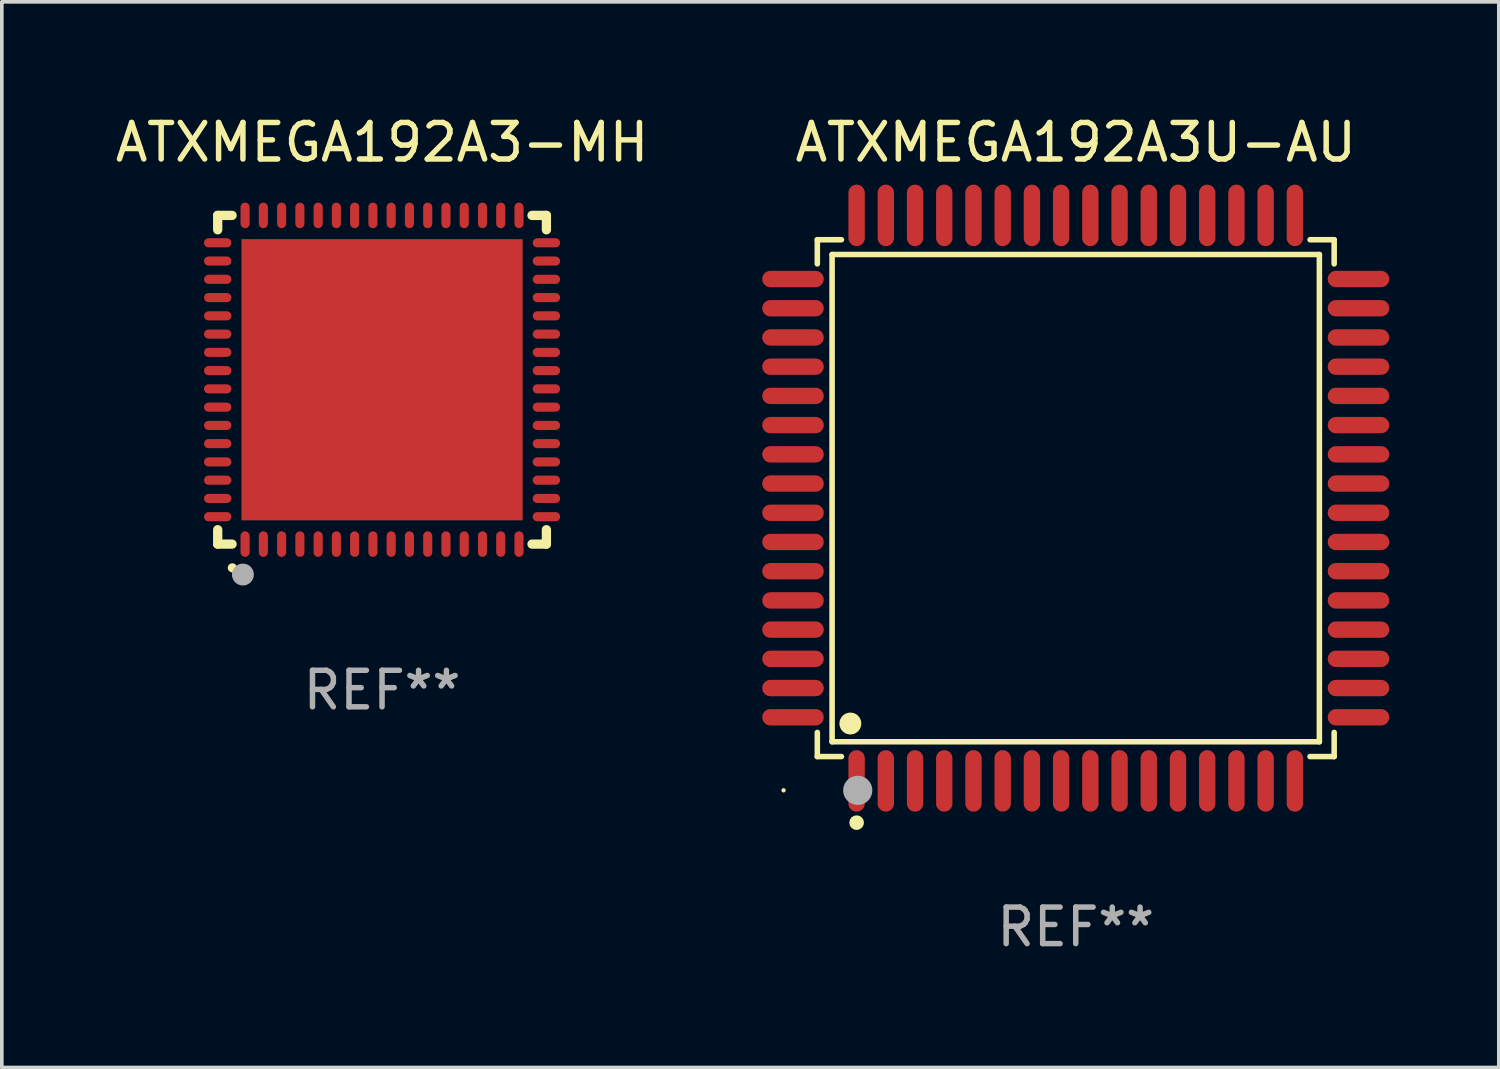
<source format=kicad_pcb>
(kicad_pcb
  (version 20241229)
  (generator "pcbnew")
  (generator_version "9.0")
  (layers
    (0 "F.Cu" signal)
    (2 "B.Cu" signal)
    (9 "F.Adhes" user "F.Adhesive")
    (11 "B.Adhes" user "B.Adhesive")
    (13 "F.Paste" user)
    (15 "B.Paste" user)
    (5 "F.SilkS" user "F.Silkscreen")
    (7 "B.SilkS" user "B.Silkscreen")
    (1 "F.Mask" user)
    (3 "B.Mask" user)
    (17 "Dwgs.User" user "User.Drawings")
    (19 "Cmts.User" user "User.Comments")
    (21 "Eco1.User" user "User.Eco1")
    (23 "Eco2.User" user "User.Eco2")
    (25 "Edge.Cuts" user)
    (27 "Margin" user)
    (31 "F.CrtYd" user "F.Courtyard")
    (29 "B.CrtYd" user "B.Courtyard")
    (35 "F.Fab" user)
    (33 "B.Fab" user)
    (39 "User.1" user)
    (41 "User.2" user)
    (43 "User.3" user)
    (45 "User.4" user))
  (footprint "ATXMEGA192A3-MH"
    (layer "F.Cu")
    (at 7.411 7.348)
    (property "Reference" "ATXMEGA192A3-MH" (at 0 -6.5 0) (layer "F.SilkS") (effects (font (size 1 1) (thickness 0.15))))
    (attr through_hole)
    (fp_line (start -4.5 -4.5) (end -4.106 -4.5) (stroke (width 0.254) (type solid)) (layer "F.SilkS"))
    (fp_line (start -4.5 -4.106) (end -4.5 -4.5) (stroke (width 0.254) (type solid)) (layer "F.SilkS"))
    (fp_line (start -4.5 4.5) (end -4.5 4.106) (stroke (width 0.254) (type solid)) (layer "F.SilkS"))
    (fp_line (start -4.106 4.5) (end -4.5 4.5) (stroke (width 0.254) (type solid)) (layer "F.SilkS"))
    (fp_line (start 4.106 -4.5) (end 4.5 -4.5) (stroke (width 0.254) (type solid)) (layer "F.SilkS"))
    (fp_line (start 4.5 -4.5) (end 4.5 -4.106) (stroke (width 0.254) (type solid)) (layer "F.SilkS"))
    (fp_line (start 4.5 4.106) (end 4.5 4.5) (stroke (width 0.254) (type solid)) (layer "F.SilkS"))
    (fp_line (start 4.5 4.5) (end 4.106 4.5) (stroke (width 0.254) (type solid)) (layer "F.SilkS"))
    (fp_arc (start -4.099987 5.149898) (mid -4.098717 5.149892) (end -4.097447 5.149898) (stroke (width 0.24892) (type solid)) (layer "F.SilkS"))
    (fp_circle (center -4.5 4.5) (end -4.47 4.5) (stroke (width 0.06) (type solid)) (fill no) (layer "F.SilkS"))
    (fp_circle (center -3.81 5.334) (end -3.66 5.334) (stroke (width 0.3) (type solid)) (fill no) (layer "F.Fab"))
    (fp_text user "REF**" (at 0 8.5 0) (layer "F.Fab") (effects (font (size 1 1) (thickness 0.15))))
    (pad "1" smd oval (at -3.75 4.5) (size 0.25 0.7) (layers "F.Cu" "F.Mask" "F.Paste"))
    (pad "2" smd oval (at -3.25 4.5) (size 0.25 0.7) (layers "F.Cu" "F.Mask" "F.Paste"))
    (pad "3" smd oval (at -2.75 4.5) (size 0.25 0.7) (layers "F.Cu" "F.Mask" "F.Paste"))
    (pad "4" smd oval (at -2.25 4.5) (size 0.25 0.7) (layers "F.Cu" "F.Mask" "F.Paste"))
    (pad "5" smd oval (at -1.75 4.5) (size 0.25 0.7) (layers "F.Cu" "F.Mask" "F.Paste"))
    (pad "6" smd oval (at -1.25 4.5) (size 0.25 0.7) (layers "F.Cu" "F.Mask" "F.Paste"))
    (pad "7" smd oval (at -0.75 4.5) (size 0.25 0.7) (layers "F.Cu" "F.Mask" "F.Paste"))
    (pad "8" smd oval (at -0.25 4.5) (size 0.25 0.7) (layers "F.Cu" "F.Mask" "F.Paste"))
    (pad "9" smd oval (at 0.25 4.5) (size 0.25 0.7) (layers "F.Cu" "F.Mask" "F.Paste"))
    (pad "10" smd oval (at 0.75 4.5) (size 0.25 0.7) (layers "F.Cu" "F.Mask" "F.Paste"))
    (pad "11" smd oval (at 1.25 4.5) (size 0.25 0.7) (layers "F.Cu" "F.Mask" "F.Paste"))
    (pad "12" smd oval (at 1.75 4.5) (size 0.25 0.7) (layers "F.Cu" "F.Mask" "F.Paste"))
    (pad "13" smd oval (at 2.25 4.5) (size 0.25 0.7) (layers "F.Cu" "F.Mask" "F.Paste"))
    (pad "14" smd oval (at 2.75 4.5) (size 0.25 0.7) (layers "F.Cu" "F.Mask" "F.Paste"))
    (pad "15" smd oval (at 3.25 4.5) (size 0.25 0.7) (layers "F.Cu" "F.Mask" "F.Paste"))
    (pad "16" smd oval (at 3.75 4.5) (size 0.25 0.7) (layers "F.Cu" "F.Mask" "F.Paste"))
    (pad "17" smd oval (at 4.5 3.75) (size 0.75 0.25) (layers "F.Cu" "F.Mask" "F.Paste"))
    (pad "18" smd oval (at 4.5 3.25) (size 0.75 0.25) (layers "F.Cu" "F.Mask" "F.Paste"))
    (pad "19" smd oval (at 4.5 2.75) (size 0.75 0.25) (layers "F.Cu" "F.Mask" "F.Paste"))
    (pad "20" smd oval (at 4.5 2.25) (size 0.75 0.25) (layers "F.Cu" "F.Mask" "F.Paste"))
    (pad "21" smd oval (at 4.5 1.75) (size 0.75 0.25) (layers "F.Cu" "F.Mask" "F.Paste"))
    (pad "22" smd oval (at 4.5 1.25) (size 0.75 0.25) (layers "F.Cu" "F.Mask" "F.Paste"))
    (pad "23" smd oval (at 4.5 0.75) (size 0.75 0.25) (layers "F.Cu" "F.Mask" "F.Paste"))
    (pad "24" smd oval (at 4.5 0.25) (size 0.75 0.25) (layers "F.Cu" "F.Mask" "F.Paste"))
    (pad "25" smd oval (at 4.5 -0.25) (size 0.75 0.25) (layers "F.Cu" "F.Mask" "F.Paste"))
    (pad "26" smd oval (at 4.5 -0.75) (size 0.75 0.25) (layers "F.Cu" "F.Mask" "F.Paste"))
    (pad "27" smd oval (at 4.5 -1.25) (size 0.75 0.25) (layers "F.Cu" "F.Mask" "F.Paste"))
    (pad "28" smd oval (at 4.5 -1.75) (size 0.75 0.25) (layers "F.Cu" "F.Mask" "F.Paste"))
    (pad "29" smd oval (at 4.5 -2.25) (size 0.75 0.25) (layers "F.Cu" "F.Mask" "F.Paste"))
    (pad "30" smd oval (at 4.5 -2.75) (size 0.75 0.25) (layers "F.Cu" "F.Mask" "F.Paste"))
    (pad "31" smd oval (at 4.5 -3.25) (size 0.75 0.25) (layers "F.Cu" "F.Mask" "F.Paste"))
    (pad "32" smd oval (at 4.5 -3.75) (size 0.75 0.25) (layers "F.Cu" "F.Mask" "F.Paste"))
    (pad "33" smd oval (at 3.75 -4.5) (size 0.25 0.7) (layers "F.Cu" "F.Mask" "F.Paste"))
    (pad "34" smd oval (at 3.25 -4.5) (size 0.25 0.7) (layers "F.Cu" "F.Mask" "F.Paste"))
    (pad "35" smd oval (at 2.75 -4.5) (size 0.25 0.7) (layers "F.Cu" "F.Mask" "F.Paste"))
    (pad "36" smd oval (at 2.25 -4.5) (size 0.25 0.7) (layers "F.Cu" "F.Mask" "F.Paste"))
    (pad "37" smd oval (at 1.75 -4.5) (size 0.25 0.7) (layers "F.Cu" "F.Mask" "F.Paste"))
    (pad "38" smd oval (at 1.25 -4.5) (size 0.25 0.7) (layers "F.Cu" "F.Mask" "F.Paste"))
    (pad "39" smd oval (at 0.75 -4.5) (size 0.25 0.7) (layers "F.Cu" "F.Mask" "F.Paste"))
    (pad "40" smd oval (at 0.25 -4.5) (size 0.25 0.7) (layers "F.Cu" "F.Mask" "F.Paste"))
    (pad "41" smd oval (at -0.25 -4.5) (size 0.25 0.7) (layers "F.Cu" "F.Mask" "F.Paste"))
    (pad "42" smd oval (at -0.75 -4.5) (size 0.25 0.7) (layers "F.Cu" "F.Mask" "F.Paste"))
    (pad "43" smd oval (at -1.25 -4.5) (size 0.25 0.7) (layers "F.Cu" "F.Mask" "F.Paste"))
    (pad "44" smd oval (at -1.75 -4.5) (size 0.25 0.7) (layers "F.Cu" "F.Mask" "F.Paste"))
    (pad "45" smd oval (at -2.25 -4.5) (size 0.25 0.7) (layers "F.Cu" "F.Mask" "F.Paste"))
    (pad "46" smd oval (at -2.75 -4.5) (size 0.25 0.7) (layers "F.Cu" "F.Mask" "F.Paste"))
    (pad "47" smd oval (at -3.25 -4.5) (size 0.25 0.7) (layers "F.Cu" "F.Mask" "F.Paste"))
    (pad "48" smd oval (at -3.75 -4.5) (size 0.25 0.7) (layers "F.Cu" "F.Mask" "F.Paste"))
    (pad "49" smd oval (at -4.5 -3.75) (size 0.75 0.25) (layers "F.Cu" "F.Mask" "F.Paste"))
    (pad "50" smd oval (at -4.5 -3.25) (size 0.75 0.25) (layers "F.Cu" "F.Mask" "F.Paste"))
    (pad "51" smd oval (at -4.5 -2.75) (size 0.75 0.25) (layers "F.Cu" "F.Mask" "F.Paste"))
    (pad "52" smd oval (at -4.5 -2.25) (size 0.75 0.25) (layers "F.Cu" "F.Mask" "F.Paste"))
    (pad "53" smd oval (at -4.5 -1.75) (size 0.75 0.25) (layers "F.Cu" "F.Mask" "F.Paste"))
    (pad "54" smd oval (at -4.5 -1.25) (size 0.75 0.25) (layers "F.Cu" "F.Mask" "F.Paste"))
    (pad "55" smd oval (at -4.5 -0.75) (size 0.75 0.25) (layers "F.Cu" "F.Mask" "F.Paste"))
    (pad "56" smd oval (at -4.5 -0.25) (size 0.75 0.25) (layers "F.Cu" "F.Mask" "F.Paste"))
    (pad "57" smd oval (at -4.5 0.25) (size 0.75 0.25) (layers "F.Cu" "F.Mask" "F.Paste"))
    (pad "58" smd oval (at -4.5 0.75) (size 0.75 0.25) (layers "F.Cu" "F.Mask" "F.Paste"))
    (pad "59" smd oval (at -4.5 1.25) (size 0.75 0.25) (layers "F.Cu" "F.Mask" "F.Paste"))
    (pad "60" smd oval (at -4.5 1.75) (size 0.75 0.25) (layers "F.Cu" "F.Mask" "F.Paste"))
    (pad "61" smd oval (at -4.5 2.25) (size 0.75 0.25) (layers "F.Cu" "F.Mask" "F.Paste"))
    (pad "62" smd oval (at -4.5 2.75) (size 0.75 0.25) (layers "F.Cu" "F.Mask" "F.Paste"))
    (pad "63" smd oval (at -4.5 3.25) (size 0.75 0.25) (layers "F.Cu" "F.Mask" "F.Paste"))
    (pad "64" smd oval (at -4.5 3.75) (size 0.75 0.25) (layers "F.Cu" "F.Mask" "F.Paste"))
    (pad "65" smd rect (at 0.000394 -0.000013) (size 7.7 7.7) (layers "F.Cu" "F.Mask" "F.Paste")))
  (footprint "ATXMEGA192A3U-AU"
    (layer "F.Cu")
    (at 26.405 10.59)
    (property "Reference" "ATXMEGA192A3U-AU" (at 0 -9.742 0) (layer "F.SilkS") (effects (font (size 1 1) (thickness 0.15))))
    (attr through_hole)
    (fp_line (start -7.076 -7.076) (end -6.415 -7.076) (stroke (width 0.152) (type solid)) (layer "F.SilkS"))
    (fp_line (start -7.076 -6.415) (end -7.076 -7.076) (stroke (width 0.152) (type solid)) (layer "F.SilkS"))
    (fp_line (start -7.076 6.415) (end -7.076 7.076) (stroke (width 0.152) (type solid)) (layer "F.SilkS"))
    (fp_line (start -7.076 7.076) (end -6.415 7.076) (stroke (width 0.152) (type solid)) (layer "F.SilkS"))
    (fp_line (start -6.671 -6.671) (end 6.671 -6.671) (stroke (width 0.152) (type solid)) (layer "F.SilkS"))
    (fp_line (start -6.671 6.671) (end -6.671 -6.671) (stroke (width 0.152) (type solid)) (layer "F.SilkS"))
    (fp_line (start 6.671 -6.671) (end 6.671 6.671) (stroke (width 0.152) (type solid)) (layer "F.SilkS"))
    (fp_line (start 6.671 6.671) (end -6.671 6.671) (stroke (width 0.152) (type solid)) (layer "F.SilkS"))
    (fp_line (start 7.076 -7.076) (end 6.415 -7.076) (stroke (width 0.152) (type solid)) (layer "F.SilkS"))
    (fp_line (start 7.076 -6.415) (end 7.076 -7.076) (stroke (width 0.152) (type solid)) (layer "F.SilkS"))
    (fp_line (start 7.076 6.415) (end 7.076 7.076) (stroke (width 0.152) (type solid)) (layer "F.SilkS"))
    (fp_line (start 7.076 7.076) (end 6.415 7.076) (stroke (width 0.152) (type solid)) (layer "F.SilkS"))
    (fp_circle (center -8 8) (end -7.97 8) (stroke (width 0.06) (type solid)) (fill no) (layer "F.SilkS"))
    (fp_circle (center -6.171 6.171) (end -6.021 6.171) (stroke (width 0.3) (type solid)) (fill no) (layer "F.SilkS"))
    (fp_circle (center -6 8.884) (end -5.9 8.884) (stroke (width 0.2) (type solid)) (fill no) (layer "F.SilkS"))
    (fp_circle (center -5.969 8.001) (end -5.769 8.001) (stroke (width 0.4) (type solid)) (fill no) (layer "F.Fab"))
    (fp_text user "REF**" (at 0 11.742 0) (layer "F.Fab") (effects (font (size 1 1) (thickness 0.15))))
    (pad "1" smd oval (at -6 7.742) (size 0.448 1.684) (layers "F.Cu" "F.Mask" "F.Paste"))
    (pad "2" smd oval (at -5.2 7.742) (size 0.448 1.684) (layers "F.Cu" "F.Mask" "F.Paste"))
    (pad "3" smd oval (at -4.4 7.742) (size 0.448 1.684) (layers "F.Cu" "F.Mask" "F.Paste"))
    (pad "4" smd oval (at -3.6 7.742) (size 0.448 1.684) (layers "F.Cu" "F.Mask" "F.Paste"))
    (pad "5" smd oval (at -2.8 7.742) (size 0.448 1.684) (layers "F.Cu" "F.Mask" "F.Paste"))
    (pad "6" smd oval (at -2 7.742) (size 0.448 1.684) (layers "F.Cu" "F.Mask" "F.Paste"))
    (pad "7" smd oval (at -1.2 7.742) (size 0.448 1.684) (layers "F.Cu" "F.Mask" "F.Paste"))
    (pad "8" smd oval (at -0.4 7.742) (size 0.448 1.684) (layers "F.Cu" "F.Mask" "F.Paste"))
    (pad "9" smd oval (at 0.4 7.742) (size 0.448 1.684) (layers "F.Cu" "F.Mask" "F.Paste"))
    (pad "10" smd oval (at 1.2 7.742) (size 0.448 1.684) (layers "F.Cu" "F.Mask" "F.Paste"))
    (pad "11" smd oval (at 2 7.742) (size 0.448 1.684) (layers "F.Cu" "F.Mask" "F.Paste"))
    (pad "12" smd oval (at 2.8 7.742) (size 0.448 1.684) (layers "F.Cu" "F.Mask" "F.Paste"))
    (pad "13" smd oval (at 3.6 7.742) (size 0.448 1.684) (layers "F.Cu" "F.Mask" "F.Paste"))
    (pad "14" smd oval (at 4.4 7.742) (size 0.448 1.684) (layers "F.Cu" "F.Mask" "F.Paste"))
    (pad "15" smd oval (at 5.2 7.742) (size 0.448 1.684) (layers "F.Cu" "F.Mask" "F.Paste"))
    (pad "16" smd oval (at 6 7.742) (size 0.448 1.684) (layers "F.Cu" "F.Mask" "F.Paste"))
    (pad "17" smd oval (at 7.742 6) (size 1.684 0.448) (layers "F.Cu" "F.Mask" "F.Paste"))
    (pad "18" smd oval (at 7.742 5.2) (size 1.684 0.448) (layers "F.Cu" "F.Mask" "F.Paste"))
    (pad "19" smd oval (at 7.742 4.4) (size 1.684 0.448) (layers "F.Cu" "F.Mask" "F.Paste"))
    (pad "20" smd oval (at 7.742 3.6) (size 1.684 0.448) (layers "F.Cu" "F.Mask" "F.Paste"))
    (pad "21" smd oval (at 7.742 2.8) (size 1.684 0.448) (layers "F.Cu" "F.Mask" "F.Paste"))
    (pad "22" smd oval (at 7.742 2) (size 1.684 0.448) (layers "F.Cu" "F.Mask" "F.Paste"))
    (pad "23" smd oval (at 7.742 1.2) (size 1.684 0.448) (layers "F.Cu" "F.Mask" "F.Paste"))
    (pad "24" smd oval (at 7.742 0.4) (size 1.684 0.448) (layers "F.Cu" "F.Mask" "F.Paste"))
    (pad "25" smd oval (at 7.742 -0.4) (size 1.684 0.448) (layers "F.Cu" "F.Mask" "F.Paste"))
    (pad "26" smd oval (at 7.742 -1.2) (size 1.684 0.448) (layers "F.Cu" "F.Mask" "F.Paste"))
    (pad "27" smd oval (at 7.742 -2) (size 1.684 0.448) (layers "F.Cu" "F.Mask" "F.Paste"))
    (pad "28" smd oval (at 7.742 -2.8) (size 1.684 0.448) (layers "F.Cu" "F.Mask" "F.Paste"))
    (pad "29" smd oval (at 7.742 -3.6) (size 1.684 0.448) (layers "F.Cu" "F.Mask" "F.Paste"))
    (pad "30" smd oval (at 7.742 -4.4) (size 1.684 0.448) (layers "F.Cu" "F.Mask" "F.Paste"))
    (pad "31" smd oval (at 7.742 -5.2) (size 1.684 0.448) (layers "F.Cu" "F.Mask" "F.Paste"))
    (pad "32" smd oval (at 7.742 -6) (size 1.684 0.448) (layers "F.Cu" "F.Mask" "F.Paste"))
    (pad "33" smd oval (at 6 -7.742) (size 0.448 1.684) (layers "F.Cu" "F.Mask" "F.Paste"))
    (pad "34" smd oval (at 5.2 -7.742) (size 0.448 1.684) (layers "F.Cu" "F.Mask" "F.Paste"))
    (pad "35" smd oval (at 4.4 -7.742) (size 0.448 1.684) (layers "F.Cu" "F.Mask" "F.Paste"))
    (pad "36" smd oval (at 3.6 -7.742) (size 0.448 1.684) (layers "F.Cu" "F.Mask" "F.Paste"))
    (pad "37" smd oval (at 2.8 -7.742) (size 0.448 1.684) (layers "F.Cu" "F.Mask" "F.Paste"))
    (pad "38" smd oval (at 2 -7.742) (size 0.448 1.684) (layers "F.Cu" "F.Mask" "F.Paste"))
    (pad "39" smd oval (at 1.2 -7.742) (size 0.448 1.684) (layers "F.Cu" "F.Mask" "F.Paste"))
    (pad "40" smd oval (at 0.4 -7.742) (size 0.448 1.684) (layers "F.Cu" "F.Mask" "F.Paste"))
    (pad "41" smd oval (at -0.4 -7.742) (size 0.448 1.684) (layers "F.Cu" "F.Mask" "F.Paste"))
    (pad "42" smd oval (at -1.2 -7.742) (size 0.448 1.684) (layers "F.Cu" "F.Mask" "F.Paste"))
    (pad "43" smd oval (at -2 -7.742) (size 0.448 1.684) (layers "F.Cu" "F.Mask" "F.Paste"))
    (pad "44" smd oval (at -2.8 -7.742) (size 0.448 1.684) (layers "F.Cu" "F.Mask" "F.Paste"))
    (pad "45" smd oval (at -3.6 -7.742) (size 0.448 1.684) (layers "F.Cu" "F.Mask" "F.Paste"))
    (pad "46" smd oval (at -4.4 -7.742) (size 0.448 1.684) (layers "F.Cu" "F.Mask" "F.Paste"))
    (pad "47" smd oval (at -5.2 -7.742) (size 0.448 1.684) (layers "F.Cu" "F.Mask" "F.Paste"))
    (pad "48" smd oval (at -6 -7.742) (size 0.448 1.684) (layers "F.Cu" "F.Mask" "F.Paste"))
    (pad "49" smd oval (at -7.742 -6) (size 1.684 0.448) (layers "F.Cu" "F.Mask" "F.Paste"))
    (pad "50" smd oval (at -7.742 -5.2) (size 1.684 0.448) (layers "F.Cu" "F.Mask" "F.Paste"))
    (pad "51" smd oval (at -7.742 -4.4) (size 1.684 0.448) (layers "F.Cu" "F.Mask" "F.Paste"))
    (pad "52" smd oval (at -7.742 -3.6) (size 1.684 0.448) (layers "F.Cu" "F.Mask" "F.Paste"))
    (pad "53" smd oval (at -7.742 -2.8) (size 1.684 0.448) (layers "F.Cu" "F.Mask" "F.Paste"))
    (pad "54" smd oval (at -7.742 -2) (size 1.684 0.448) (layers "F.Cu" "F.Mask" "F.Paste"))
    (pad "55" smd oval (at -7.742 -1.2) (size 1.684 0.448) (layers "F.Cu" "F.Mask" "F.Paste"))
    (pad "56" smd oval (at -7.742 -0.4) (size 1.684 0.448) (layers "F.Cu" "F.Mask" "F.Paste"))
    (pad "57" smd oval (at -7.742 0.4) (size 1.684 0.448) (layers "F.Cu" "F.Mask" "F.Paste"))
    (pad "58" smd oval (at -7.742 1.2) (size 1.684 0.448) (layers "F.Cu" "F.Mask" "F.Paste"))
    (pad "59" smd oval (at -7.742 2) (size 1.684 0.448) (layers "F.Cu" "F.Mask" "F.Paste"))
    (pad "60" smd oval (at -7.742 2.8) (size 1.684 0.448) (layers "F.Cu" "F.Mask" "F.Paste"))
    (pad "61" smd oval (at -7.742 3.6) (size 1.684 0.448) (layers "F.Cu" "F.Mask" "F.Paste"))
    (pad "62" smd oval (at -7.742 4.4) (size 1.684 0.448) (layers "F.Cu" "F.Mask" "F.Paste"))
    (pad "63" smd oval (at -7.742 5.2) (size 1.684 0.448) (layers "F.Cu" "F.Mask" "F.Paste"))
    (pad "64" smd oval (at -7.742 6) (size 1.684 0.448) (layers "F.Cu" "F.Mask" "F.Paste")))
  (gr_rect
    (start -3 -3)
    (end 37.989 26.18)
    (stroke (width 0.1) (type default))
    (fill no)
    (layer "Edge.Cuts")))
</source>
